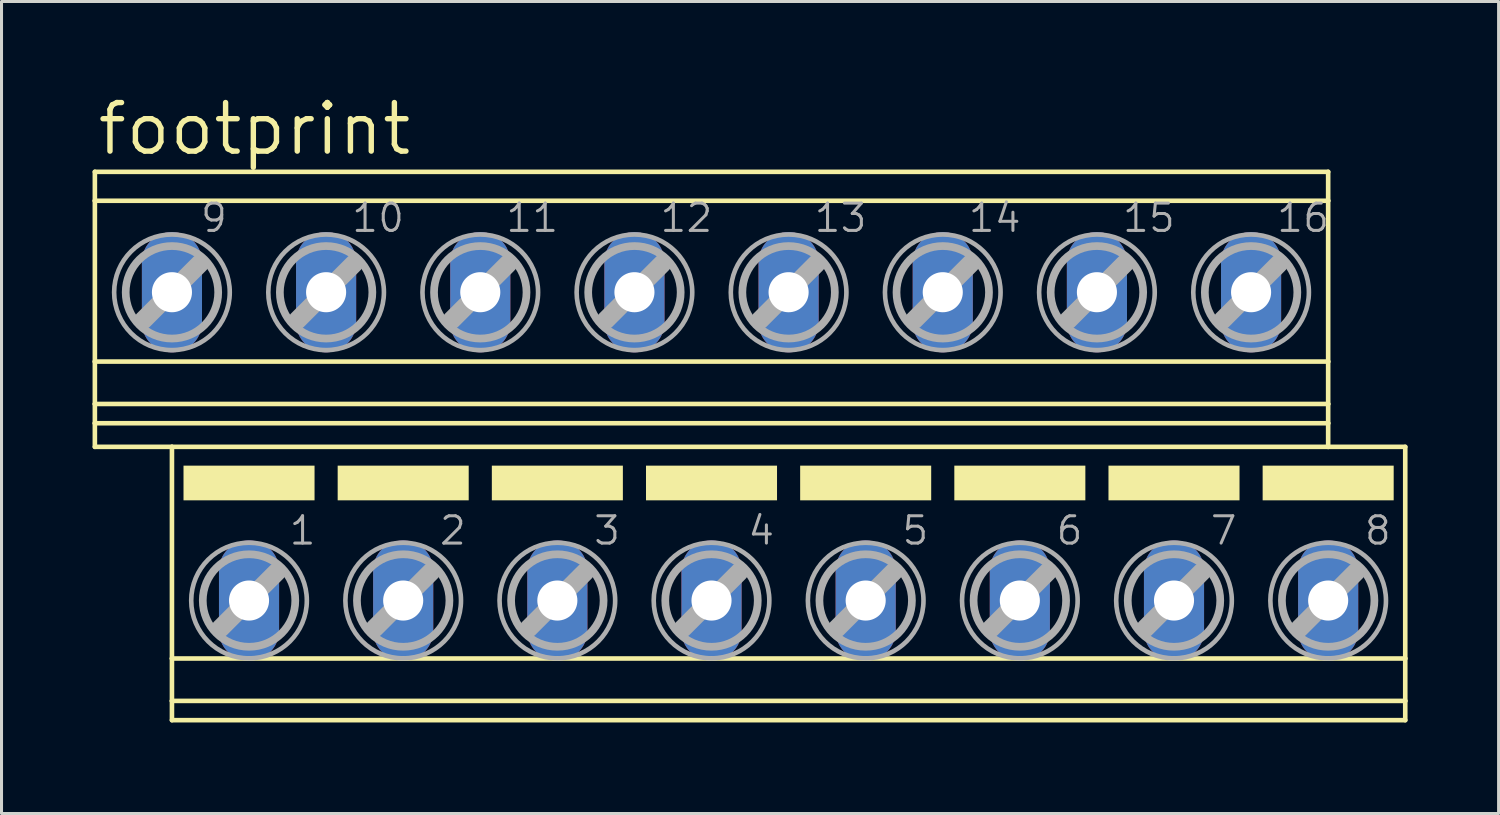
<source format=kicad_pcb>
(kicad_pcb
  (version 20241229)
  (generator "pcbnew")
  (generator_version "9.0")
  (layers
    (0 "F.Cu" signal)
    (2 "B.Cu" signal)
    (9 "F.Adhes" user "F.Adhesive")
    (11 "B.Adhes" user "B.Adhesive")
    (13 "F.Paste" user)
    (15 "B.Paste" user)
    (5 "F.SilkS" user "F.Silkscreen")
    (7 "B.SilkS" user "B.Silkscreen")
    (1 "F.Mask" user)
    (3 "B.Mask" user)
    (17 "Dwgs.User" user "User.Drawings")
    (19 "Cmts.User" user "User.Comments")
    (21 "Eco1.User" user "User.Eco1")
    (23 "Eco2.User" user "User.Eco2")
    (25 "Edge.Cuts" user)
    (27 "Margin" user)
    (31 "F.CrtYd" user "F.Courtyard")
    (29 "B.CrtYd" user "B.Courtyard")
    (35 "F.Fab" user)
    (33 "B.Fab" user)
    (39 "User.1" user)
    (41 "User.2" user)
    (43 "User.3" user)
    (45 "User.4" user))
  (footprint "footprint"
    (layer "F.Cu")
    (at 21.666 11.659)
    (property "Reference" "footprint" (at -21.59 -9.525 0) (layer "F.SilkS") (effects (font (size 1.6 1.6) (thickness 0.178)) (justify left bottom)))
    (fp_line (start -21.59 -9.047) (end -21.59 -8.094) (stroke (width 0.152) (type solid)) (layer "F.SilkS"))
    (fp_line (start -21.59 -9.047) (end 19.05 -9.047) (stroke (width 0.152) (type solid)) (layer "F.SilkS"))
    (fp_line (start -21.59 -8.094) (end -21.59 -2.794) (stroke (width 0.152) (type solid)) (layer "F.SilkS"))
    (fp_line (start -21.59 -8.094) (end 19.05 -8.094) (stroke (width 0.152) (type solid)) (layer "F.SilkS"))
    (fp_line (start -21.59 -2.794) (end -21.59 -1.397) (stroke (width 0.152) (type solid)) (layer "F.SilkS"))
    (fp_line (start -21.59 -2.794) (end 19.05 -2.794) (stroke (width 0.152) (type solid)) (layer "F.SilkS"))
    (fp_line (start -21.59 -1.397) (end -21.59 -0.762) (stroke (width 0.152) (type solid)) (layer "F.SilkS"))
    (fp_line (start -21.59 -1.397) (end 19.05 -1.397) (stroke (width 0.152) (type solid)) (layer "F.SilkS"))
    (fp_line (start -21.59 -0.762) (end -21.59 0.016) (stroke (width 0.152) (type solid)) (layer "F.SilkS"))
    (fp_line (start -21.59 -0.762) (end 19.05 -0.762) (stroke (width 0.152) (type solid)) (layer "F.SilkS"))
    (fp_line (start -21.59 0.016) (end -19.05 0.016) (stroke (width 0.152) (type solid)) (layer "F.SilkS"))
    (fp_line (start -19.05 0.016) (end -19.05 6.99) (stroke (width 0.152) (type solid)) (layer "F.SilkS"))
    (fp_line (start -19.05 0.016) (end 19.05 0.016) (stroke (width 0.152) (type solid)) (layer "F.SilkS"))
    (fp_line (start -19.05 6.99) (end -19.05 8.387) (stroke (width 0.152) (type solid)) (layer "F.SilkS"))
    (fp_line (start -19.05 6.99) (end 21.59 6.99) (stroke (width 0.152) (type solid)) (layer "F.SilkS"))
    (fp_line (start -19.05 8.387) (end -19.05 9.022) (stroke (width 0.152) (type solid)) (layer "F.SilkS"))
    (fp_line (start -19.05 8.387) (end 21.59 8.387) (stroke (width 0.152) (type solid)) (layer "F.SilkS"))
    (fp_line (start -19.05 9.022) (end 21.59 9.022) (stroke (width 0.152) (type solid)) (layer "F.SilkS"))
    (fp_line (start 19.05 -9.047) (end 19.05 -8.094) (stroke (width 0.152) (type solid)) (layer "F.SilkS"))
    (fp_line (start 19.05 -8.094) (end 19.05 -2.794) (stroke (width 0.152) (type solid)) (layer "F.SilkS"))
    (fp_line (start 19.05 -2.794) (end 19.05 -1.397) (stroke (width 0.152) (type solid)) (layer "F.SilkS"))
    (fp_line (start 19.05 -1.397) (end 19.05 -0.762) (stroke (width 0.152) (type solid)) (layer "F.SilkS"))
    (fp_line (start 19.05 -0.762) (end 19.05 0.016) (stroke (width 0.152) (type solid)) (layer "F.SilkS"))
    (fp_line (start 21.59 0.016) (end 19.05 0.016) (stroke (width 0.152) (type solid)) (layer "F.SilkS"))
    (fp_line (start 21.59 0.016) (end 21.59 6.99) (stroke (width 0.152) (type solid)) (layer "F.SilkS"))
    (fp_line (start 21.59 6.99) (end 21.59 8.387) (stroke (width 0.152) (type solid)) (layer "F.SilkS"))
    (fp_line (start 21.59 8.387) (end 21.59 9.022) (stroke (width 0.152) (type solid)) (layer "F.SilkS"))
    (fp_poly (pts (xy -18.669 1.778) (xy -14.351 1.778) (xy -14.351 0.635) (xy -18.669 0.635)) (stroke (width 0) (type solid)) (fill yes) (layer "F.SilkS"))
    (fp_poly (pts (xy -13.589 1.778) (xy -9.271 1.778) (xy -9.271 0.635) (xy -13.589 0.635)) (stroke (width 0) (type solid)) (fill yes) (layer "F.SilkS"))
    (fp_poly (pts (xy -8.509 1.778) (xy -4.191 1.778) (xy -4.191 0.635) (xy -8.509 0.635)) (stroke (width 0) (type solid)) (fill yes) (layer "F.SilkS"))
    (fp_poly (pts (xy -3.429 1.778) (xy 0.889 1.778) (xy 0.889 0.635) (xy -3.429 0.635)) (stroke (width 0) (type solid)) (fill yes) (layer "F.SilkS"))
    (fp_poly (pts (xy 1.651 1.778) (xy 5.969 1.778) (xy 5.969 0.635) (xy 1.651 0.635)) (stroke (width 0) (type solid)) (fill yes) (layer "F.SilkS"))
    (fp_poly (pts (xy 6.731 1.778) (xy 11.049 1.778) (xy 11.049 0.635) (xy 6.731 0.635)) (stroke (width 0) (type solid)) (fill yes) (layer "F.SilkS"))
    (fp_poly (pts (xy 11.811 1.778) (xy 16.129 1.778) (xy 16.129 0.635) (xy 11.811 0.635)) (stroke (width 0) (type solid)) (fill yes) (layer "F.SilkS"))
    (fp_poly (pts (xy 16.891 1.778) (xy 21.209 1.778) (xy 21.209 0.635) (xy 16.891 0.635)) (stroke (width 0) (type solid)) (fill yes) (layer "F.SilkS"))
    (fp_line (start -19.99 -4.163) (end -18.136 -6.017) (stroke (width 0.61) (type solid)) (layer "F.Fab"))
    (fp_line (start -17.45 5.994) (end -15.596 4.14) (stroke (width 0.61) (type solid)) (layer "F.Fab"))
    (fp_line (start -14.91 -4.163) (end -13.056 -6.017) (stroke (width 0.61) (type solid)) (layer "F.Fab"))
    (fp_line (start -12.37 5.994) (end -10.516 4.14) (stroke (width 0.61) (type solid)) (layer "F.Fab"))
    (fp_line (start -9.83 -4.163) (end -7.976 -6.017) (stroke (width 0.61) (type solid)) (layer "F.Fab"))
    (fp_line (start -7.29 5.994) (end -5.436 4.14) (stroke (width 0.61) (type solid)) (layer "F.Fab"))
    (fp_line (start -4.75 -4.163) (end -2.896 -6.017) (stroke (width 0.61) (type solid)) (layer "F.Fab"))
    (fp_line (start -2.21 5.994) (end -0.356 4.14) (stroke (width 0.61) (type solid)) (layer "F.Fab"))
    (fp_line (start 0.33 -4.163) (end 2.184 -6.017) (stroke (width 0.61) (type solid)) (layer "F.Fab"))
    (fp_line (start 2.87 5.994) (end 4.724 4.14) (stroke (width 0.61) (type solid)) (layer "F.Fab"))
    (fp_line (start 5.41 -4.163) (end 7.264 -6.017) (stroke (width 0.61) (type solid)) (layer "F.Fab"))
    (fp_line (start 7.95 5.994) (end 9.804 4.14) (stroke (width 0.61) (type solid)) (layer "F.Fab"))
    (fp_line (start 10.49 -4.163) (end 12.344 -6.017) (stroke (width 0.61) (type solid)) (layer "F.Fab"))
    (fp_line (start 13.03 5.994) (end 14.884 4.14) (stroke (width 0.61) (type solid)) (layer "F.Fab"))
    (fp_line (start 15.57 -4.163) (end 17.424 -6.017) (stroke (width 0.61) (type solid)) (layer "F.Fab"))
    (fp_line (start 18.11 5.994) (end 19.964 4.14) (stroke (width 0.61) (type solid)) (layer "F.Fab"))
    (fp_circle (center -19.05 -5.077) (end -17.526 -5.077) (stroke (width 0.254) (type solid)) (fill no) (layer "F.Fab"))
    (fp_circle (center -19.05 -5.077) (end -17.145 -5.077) (stroke (width 0.152) (type solid)) (fill no) (layer "F.Fab"))
    (fp_circle (center -16.51 5.08) (end -14.986 5.08) (stroke (width 0.254) (type solid)) (fill no) (layer "F.Fab"))
    (fp_circle (center -16.51 5.08) (end -14.605 5.08) (stroke (width 0.152) (type solid)) (fill no) (layer "F.Fab"))
    (fp_circle (center -13.97 -5.077) (end -12.446 -5.077) (stroke (width 0.254) (type solid)) (fill no) (layer "F.Fab"))
    (fp_circle (center -13.97 -5.077) (end -12.065 -5.077) (stroke (width 0.152) (type solid)) (fill no) (layer "F.Fab"))
    (fp_circle (center -11.43 5.08) (end -9.906 5.08) (stroke (width 0.254) (type solid)) (fill no) (layer "F.Fab"))
    (fp_circle (center -11.43 5.08) (end -9.525 5.08) (stroke (width 0.152) (type solid)) (fill no) (layer "F.Fab"))
    (fp_circle (center -8.89 -5.077) (end -7.366 -5.077) (stroke (width 0.254) (type solid)) (fill no) (layer "F.Fab"))
    (fp_circle (center -8.89 -5.077) (end -6.985 -5.077) (stroke (width 0.152) (type solid)) (fill no) (layer "F.Fab"))
    (fp_circle (center -6.35 5.08) (end -4.826 5.08) (stroke (width 0.254) (type solid)) (fill no) (layer "F.Fab"))
    (fp_circle (center -6.35 5.08) (end -4.445 5.08) (stroke (width 0.152) (type solid)) (fill no) (layer "F.Fab"))
    (fp_circle (center -3.81 -5.077) (end -2.286 -5.077) (stroke (width 0.254) (type solid)) (fill no) (layer "F.Fab"))
    (fp_circle (center -3.81 -5.077) (end -1.905 -5.077) (stroke (width 0.152) (type solid)) (fill no) (layer "F.Fab"))
    (fp_circle (center -1.27 5.08) (end 0.254 5.08) (stroke (width 0.254) (type solid)) (fill no) (layer "F.Fab"))
    (fp_circle (center -1.27 5.08) (end 0.635 5.08) (stroke (width 0.152) (type solid)) (fill no) (layer "F.Fab"))
    (fp_circle (center 1.27 -5.077) (end 2.794 -5.077) (stroke (width 0.254) (type solid)) (fill no) (layer "F.Fab"))
    (fp_circle (center 1.27 -5.077) (end 3.175 -5.077) (stroke (width 0.152) (type solid)) (fill no) (layer "F.Fab"))
    (fp_circle (center 3.81 5.08) (end 5.334 5.08) (stroke (width 0.254) (type solid)) (fill no) (layer "F.Fab"))
    (fp_circle (center 3.81 5.08) (end 5.715 5.08) (stroke (width 0.152) (type solid)) (fill no) (layer "F.Fab"))
    (fp_circle (center 6.35 -5.077) (end 7.874 -5.077) (stroke (width 0.254) (type solid)) (fill no) (layer "F.Fab"))
    (fp_circle (center 6.35 -5.077) (end 8.255 -5.077) (stroke (width 0.152) (type solid)) (fill no) (layer "F.Fab"))
    (fp_circle (center 8.89 5.08) (end 10.414 5.08) (stroke (width 0.254) (type solid)) (fill no) (layer "F.Fab"))
    (fp_circle (center 8.89 5.08) (end 10.795 5.08) (stroke (width 0.152) (type solid)) (fill no) (layer "F.Fab"))
    (fp_circle (center 11.43 -5.077) (end 12.954 -5.077) (stroke (width 0.254) (type solid)) (fill no) (layer "F.Fab"))
    (fp_circle (center 11.43 -5.077) (end 13.335 -5.077) (stroke (width 0.152) (type solid)) (fill no) (layer "F.Fab"))
    (fp_circle (center 13.97 5.08) (end 15.494 5.08) (stroke (width 0.254) (type solid)) (fill no) (layer "F.Fab"))
    (fp_circle (center 13.97 5.08) (end 15.875 5.08) (stroke (width 0.152) (type solid)) (fill no) (layer "F.Fab"))
    (fp_circle (center 16.51 -5.077) (end 18.034 -5.077) (stroke (width 0.254) (type solid)) (fill no) (layer "F.Fab"))
    (fp_circle (center 16.51 -5.077) (end 18.415 -5.077) (stroke (width 0.152) (type solid)) (fill no) (layer "F.Fab"))
    (fp_circle (center 19.05 5.08) (end 20.574 5.08) (stroke (width 0.254) (type solid)) (fill no) (layer "F.Fab"))
    (fp_circle (center 19.05 5.08) (end 20.955 5.08) (stroke (width 0.152) (type solid)) (fill no) (layer "F.Fab"))
    (fp_text user "11" (at -8.101 -7.001 0) (layer "F.Fab") (effects (font (size 0.9 0.9) (thickness 0.1)) (justify left bottom)))
    (fp_text user "15" (at 12.219 -7.001 0) (layer "F.Fab") (effects (font (size 0.9 0.9) (thickness 0.1)) (justify left bottom)))
    (fp_text user "7" (at 15.113 3.302 0) (layer "F.Fab") (effects (font (size 0.9 0.9) (thickness 0.1)) (justify left bottom)))
    (fp_text user "4" (at -0.127 3.302 0) (layer "F.Fab") (effects (font (size 0.9 0.9) (thickness 0.1)) (justify left bottom)))
    (fp_text user "5" (at 4.953 3.302 0) (layer "F.Fab") (effects (font (size 0.9 0.9) (thickness 0.1)) (justify left bottom)))
    (fp_text user "3" (at -5.207 3.302 0) (layer "F.Fab") (effects (font (size 0.9 0.9) (thickness 0.1)) (justify left bottom)))
    (fp_text user "1" (at -15.24 3.302 0) (layer "F.Fab") (effects (font (size 0.9 0.9) (thickness 0.1)) (justify left bottom)))
    (fp_text user "16" (at 17.299 -7.001 0) (layer "F.Fab") (effects (font (size 0.9 0.9) (thickness 0.1)) (justify left bottom)))
    (fp_text user "8" (at 20.193 3.302 0) (layer "F.Fab") (effects (font (size 0.9 0.9) (thickness 0.1)) (justify left bottom)))
    (fp_text user "6" (at 10.033 3.302 0) (layer "F.Fab") (effects (font (size 0.9 0.9) (thickness 0.1)) (justify left bottom)))
    (fp_text user "14" (at 7.139 -7.001 0) (layer "F.Fab") (effects (font (size 0.9 0.9) (thickness 0.1)) (justify left bottom)))
    (fp_text user "12" (at -3.021 -7.001 0) (layer "F.Fab") (effects (font (size 0.9 0.9) (thickness 0.1)) (justify left bottom)))
    (fp_text user "9" (at -18.161 -7.001 0) (layer "F.Fab") (effects (font (size 0.9 0.9) (thickness 0.1)) (justify left bottom)))
    (fp_text user "10" (at -13.181 -7.001 0) (layer "F.Fab") (effects (font (size 0.9 0.9) (thickness 0.1)) (justify left bottom)))
    (fp_text user "13" (at 2.059 -7.001 0) (layer "F.Fab") (effects (font (size 0.9 0.9) (thickness 0.1)) (justify left bottom)))
    (fp_text user "2" (at -10.287 3.302 0) (layer "F.Fab") (effects (font (size 0.9 0.9) (thickness 0.1)) (justify left bottom)))
    (pad "1" thru_hole oval (at -16.51 5.08 90) (size 3.962 1.981) (drill 1.321) (layers "*.Cu" "*.Mask"))
    (pad "2" thru_hole oval (at -11.43 5.08 90) (size 3.962 1.981) (drill 1.321) (layers "*.Cu" "*.Mask"))
    (pad "3" thru_hole oval (at -6.35 5.08 90) (size 3.962 1.981) (drill 1.321) (layers "*.Cu" "*.Mask"))
    (pad "4" thru_hole oval (at -1.27 5.08 90) (size 3.962 1.981) (drill 1.321) (layers "*.Cu" "*.Mask"))
    (pad "5" thru_hole oval (at 3.81 5.08 90) (size 3.962 1.981) (drill 1.321) (layers "*.Cu" "*.Mask"))
    (pad "6" thru_hole oval (at 8.89 5.08 90) (size 3.962 1.981) (drill 1.321) (layers "*.Cu" "*.Mask"))
    (pad "7" thru_hole oval (at 13.97 5.08 90) (size 3.962 1.981) (drill 1.321) (layers "*.Cu" "*.Mask"))
    (pad "8" thru_hole oval (at 19.05 5.08 90) (size 3.962 1.981) (drill 1.321) (layers "*.Cu" "*.Mask"))
    (pad "9" thru_hole oval (at -19.05 -5.08 90) (size 3.962 1.981) (drill 1.321) (layers "*.Cu" "*.Mask"))
    (pad "10" thru_hole oval (at -13.97 -5.08 90) (size 3.962 1.981) (drill 1.321) (layers "*.Cu" "*.Mask"))
    (pad "11" thru_hole oval (at -8.89 -5.08 90) (size 3.962 1.981) (drill 1.321) (layers "*.Cu" "*.Mask"))
    (pad "12" thru_hole oval (at -3.81 -5.08 90) (size 3.962 1.981) (drill 1.321) (layers "*.Cu" "*.Mask"))
    (pad "13" thru_hole oval (at 1.27 -5.08 90) (size 3.962 1.981) (drill 1.321) (layers "*.Cu" "*.Mask"))
    (pad "14" thru_hole oval (at 6.35 -5.08 90) (size 3.962 1.981) (drill 1.321) (layers "*.Cu" "*.Mask"))
    (pad "15" thru_hole oval (at 11.43 -5.08 90) (size 3.962 1.981) (drill 1.321) (layers "*.Cu" "*.Mask"))
    (pad "16" thru_hole oval (at 16.51 -5.08 90) (size 3.962 1.981) (drill 1.321) (layers "*.Cu" "*.Mask")))
  (gr_rect
    (start -3 -3)
    (end 46.332 23.757)
    (stroke (width 0.1) (type default))
    (fill no)
    (layer "Edge.Cuts")))
</source>
